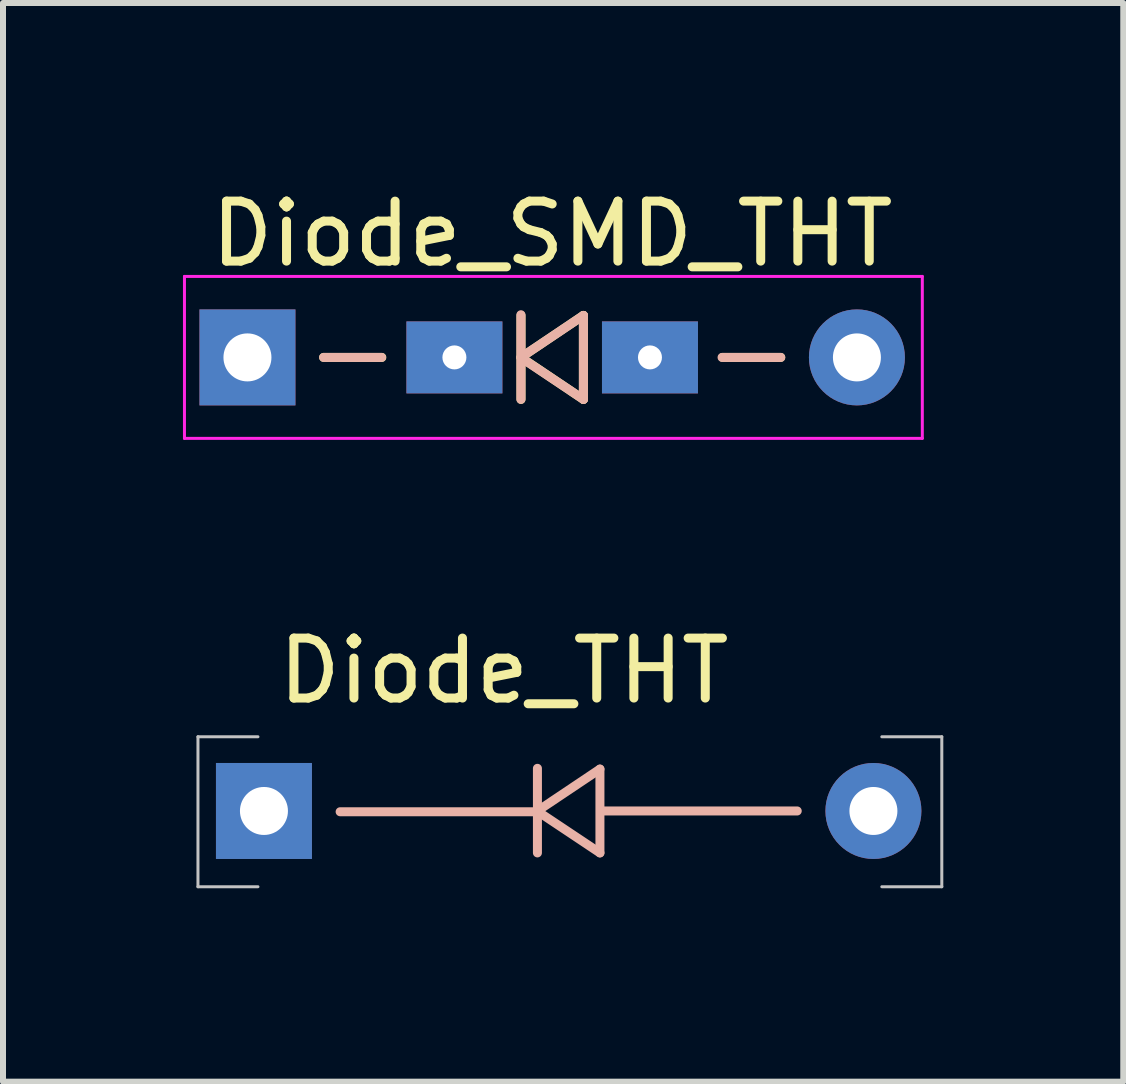
<source format=kicad_pcb>
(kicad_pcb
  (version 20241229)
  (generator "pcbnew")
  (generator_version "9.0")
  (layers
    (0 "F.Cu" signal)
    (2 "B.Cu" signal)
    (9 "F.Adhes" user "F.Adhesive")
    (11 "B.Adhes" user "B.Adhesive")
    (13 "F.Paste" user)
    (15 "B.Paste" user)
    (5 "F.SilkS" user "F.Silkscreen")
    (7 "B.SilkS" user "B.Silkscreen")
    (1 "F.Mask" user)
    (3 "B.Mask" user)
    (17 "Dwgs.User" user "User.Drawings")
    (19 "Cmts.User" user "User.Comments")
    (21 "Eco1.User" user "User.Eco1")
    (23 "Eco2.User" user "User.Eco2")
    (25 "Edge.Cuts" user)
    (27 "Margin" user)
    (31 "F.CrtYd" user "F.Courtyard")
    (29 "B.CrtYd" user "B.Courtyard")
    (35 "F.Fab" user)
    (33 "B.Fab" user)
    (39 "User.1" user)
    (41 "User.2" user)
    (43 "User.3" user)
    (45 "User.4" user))
  (footprint "Diode_THT"
    (layer "F.Cu")
    (at 0.25 11.732)
    (property "Reference" "Diode_THT" (at 5.1 -3.6 0) (layer "F.SilkS") (effects (font (size 1 1) (thickness 0.15))))
    (attr through_hole)
    (fp_line (start 2.37 -1.25) (end 5.65 -1.25) (stroke (width 0.15) (type solid)) (layer "B.SilkS"))
    (fp_line (start 5.659 -1.974) (end 5.659 -0.564) (stroke (width 0.15) (type solid)) (layer "B.SilkS"))
    (fp_line (start 5.659 -1.263) (end 6.701 -1.961) (stroke (width 0.15) (type solid)) (layer "B.SilkS"))
    (fp_line (start 6.701 -1.961) (end 6.701 -0.564) (stroke (width 0.15) (type solid)) (layer "B.SilkS"))
    (fp_line (start 6.701 -0.564) (end 5.672 -1.25) (stroke (width 0.15) (type solid)) (layer "B.SilkS"))
    (fp_line (start 6.71 -1.263) (end 9.99 -1.263) (stroke (width 0.15) (type solid)) (layer "B.SilkS"))
    (fp_line (start 0 -2.5) (end 0 0) (stroke (width 0.05) (type solid)) (layer "Dwgs.User"))
    (fp_line (start 0 -2.5) (end 1 -2.5) (stroke (width 0.05) (type solid)) (layer "Dwgs.User"))
    (fp_line (start 1 0) (end 0 0) (stroke (width 0.05) (type solid)) (layer "Dwgs.User"))
    (fp_line (start 11.4 -2.5) (end 12.4 -2.5) (stroke (width 0.05) (type solid)) (layer "Dwgs.User"))
    (fp_line (start 12.4 0) (end 11.4 0) (stroke (width 0.05) (type solid)) (layer "Dwgs.User"))
    (fp_line (start 12.4 0) (end 12.4 -2.5) (stroke (width 0.05) (type solid)) (layer "Dwgs.User"))
    (pad "1" thru_hole rect (at 1.1 -1.263) (size 1.6 1.6) (drill 0.8) (layers "*.Cu" "*.Mask"))
    (pad "2" thru_hole oval (at 11.26 -1.263) (size 1.6 1.6) (drill 0.8) (layers "*.Cu" "*.Mask")))
  (footprint "Diode_SMD_THT"
    (layer "F.Cu")
    (at 1.075 2.908)
    (property "Reference" "Diode_SMD_THT" (at 5.08 -2.06 0) (layer "F.SilkS") (effects (font (size 1 1) (thickness 0.15))))
    (attr through_hole)
    (fp_line (start 1.27 0) (end 2.24 0) (stroke (width 0.15) (type solid)) (layer "F.SilkS"))
    (fp_line (start 4.56 0) (end 5.6 -0.7) (stroke (width 0.15) (type solid)) (layer "F.SilkS"))
    (fp_line (start 4.56 0.7) (end 4.56 -0.7) (stroke (width 0.15) (type solid)) (layer "F.SilkS"))
    (fp_line (start 5.6 -0.7) (end 5.6 0.7) (stroke (width 0.15) (type solid)) (layer "F.SilkS"))
    (fp_line (start 5.6 0.7) (end 4.56 0) (stroke (width 0.15) (type solid)) (layer "F.SilkS"))
    (fp_line (start 7.92 0) (end 8.89 0) (stroke (width 0.15) (type solid)) (layer "F.SilkS"))
    (fp_line (start 1.27 0) (end 2.235 0) (stroke (width 0.15) (type solid)) (layer "B.SilkS"))
    (fp_line (start 4.559 -0.711) (end 4.559 0.699) (stroke (width 0.15) (type solid)) (layer "B.SilkS"))
    (fp_line (start 4.559 0) (end 5.601 -0.699) (stroke (width 0.15) (type solid)) (layer "B.SilkS"))
    (fp_line (start 5.601 -0.699) (end 5.601 0.699) (stroke (width 0.15) (type solid)) (layer "B.SilkS"))
    (fp_line (start 5.601 0.699) (end 4.572 0.013) (stroke (width 0.15) (type solid)) (layer "B.SilkS"))
    (fp_line (start 7.912 0) (end 8.89 0) (stroke (width 0.15) (type solid)) (layer "B.SilkS"))
    (fp_line (start -1.05 -1.35) (end -1.05 1.35) (stroke (width 0.05) (type solid)) (layer "F.CrtYd"))
    (fp_line (start -1.05 1.35) (end 11.25 1.35) (stroke (width 0.05) (type solid)) (layer "F.CrtYd"))
    (fp_line (start 11.25 -1.35) (end -1.05 -1.35) (stroke (width 0.05) (type solid)) (layer "F.CrtYd"))
    (fp_line (start 11.25 1.35) (end 11.25 -1.35) (stroke (width 0.05) (type solid)) (layer "F.CrtYd"))
    (pad "1" thru_hole rect (at 0 0) (size 1.6 1.6) (drill 0.8) (layers "*.Cu" "*.Mask"))
    (pad "1" thru_hole rect (at 3.45 0) (size 1.6 1.2) (drill 0.4) (layers "*.Cu" "*.Mask"))
    (pad "2" thru_hole rect (at 6.71 0) (size 1.6 1.2) (drill 0.4) (layers "*.Cu" "*.Mask"))
    (pad "2" thru_hole oval (at 10.16 0) (size 1.6 1.6) (drill 0.8) (layers "*.Cu" "*.Mask")))
  (gr_rect
    (start -3 -3)
    (end 15.675 14.982)
    (stroke (width 0.1) (type default))
    (fill no)
    (layer "Edge.Cuts")))
</source>
